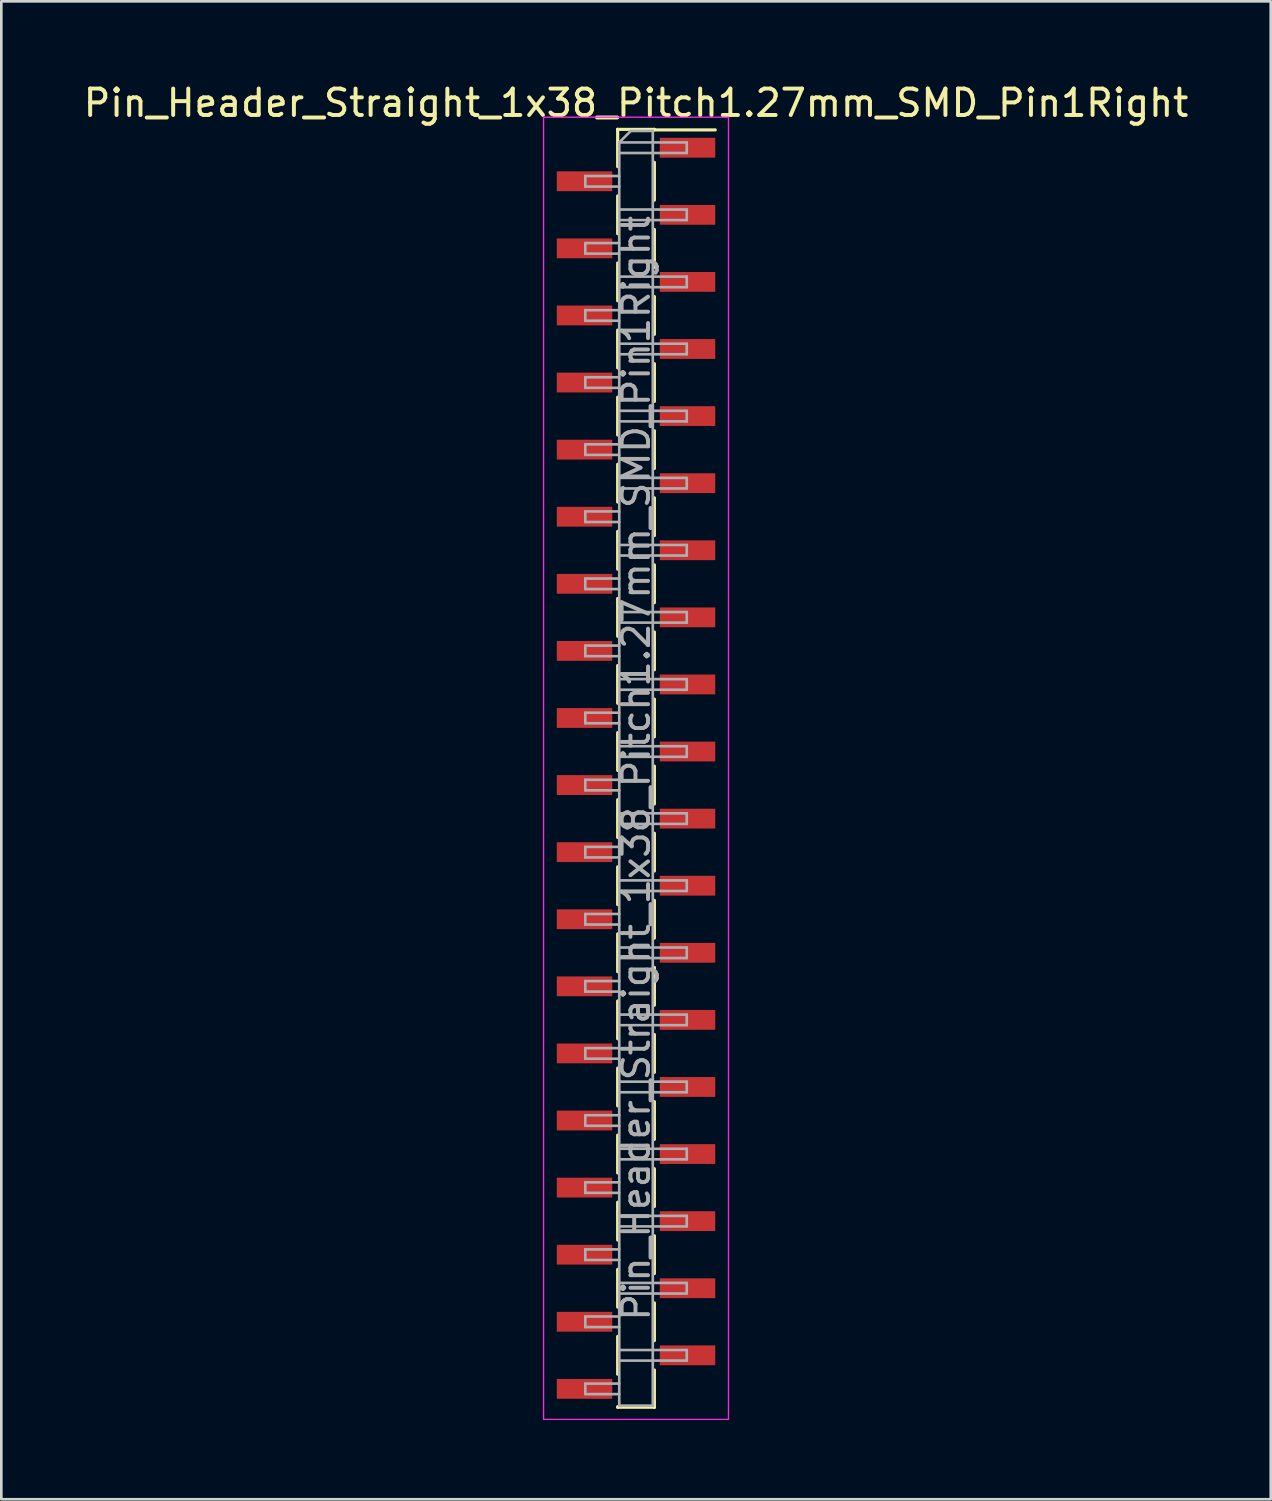
<source format=kicad_pcb>
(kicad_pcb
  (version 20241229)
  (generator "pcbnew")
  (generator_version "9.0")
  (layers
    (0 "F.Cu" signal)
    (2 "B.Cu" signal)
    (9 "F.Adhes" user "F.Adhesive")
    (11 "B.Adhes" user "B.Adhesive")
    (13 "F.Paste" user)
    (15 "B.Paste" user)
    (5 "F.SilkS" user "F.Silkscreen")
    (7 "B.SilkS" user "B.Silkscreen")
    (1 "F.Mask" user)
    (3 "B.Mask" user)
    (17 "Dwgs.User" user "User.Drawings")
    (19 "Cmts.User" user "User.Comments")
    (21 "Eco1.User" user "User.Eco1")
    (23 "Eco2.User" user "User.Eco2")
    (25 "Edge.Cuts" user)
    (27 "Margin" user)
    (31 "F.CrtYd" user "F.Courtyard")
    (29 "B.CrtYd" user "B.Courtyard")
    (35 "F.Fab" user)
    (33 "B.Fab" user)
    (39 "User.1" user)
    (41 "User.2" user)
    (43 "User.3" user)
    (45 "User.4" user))
  (footprint "Pin_Header_Straight_1x38_Pitch1.27mm_SMD_Pin1Right"
    (layer "F.Cu")
    (at 21.03 26.038)
    (property "Reference" "Pin_Header_Straight_1x38_Pitch1.27mm_SMD_Pin1Right" (at 0 -25.19 0) (layer "F.SilkS") (effects (font (size 1 1) (thickness 0.15))))
    (attr smd)
    (fp_line (start -0.695 -24.19) (end -0.695 -22.78) (stroke (width 0.12) (type solid)) (layer "F.SilkS"))
    (fp_line (start -0.695 -24.19) (end 0.695 -24.19) (stroke (width 0.12) (type solid)) (layer "F.SilkS"))
    (fp_line (start -0.695 -24.17) (end -0.695 -24.19) (stroke (width 0.12) (type solid)) (layer "F.SilkS"))
    (fp_line (start -0.695 -21.67) (end -0.695 -20.24) (stroke (width 0.12) (type solid)) (layer "F.SilkS"))
    (fp_line (start -0.695 -19.13) (end -0.695 -17.7) (stroke (width 0.12) (type solid)) (layer "F.SilkS"))
    (fp_line (start -0.695 -16.59) (end -0.695 -15.16) (stroke (width 0.12) (type solid)) (layer "F.SilkS"))
    (fp_line (start -0.695 -14.05) (end -0.695 -12.62) (stroke (width 0.12) (type solid)) (layer "F.SilkS"))
    (fp_line (start -0.695 -11.51) (end -0.695 -10.08) (stroke (width 0.12) (type solid)) (layer "F.SilkS"))
    (fp_line (start -0.695 -8.97) (end -0.695 -7.54) (stroke (width 0.12) (type solid)) (layer "F.SilkS"))
    (fp_line (start -0.695 -6.43) (end -0.695 -5) (stroke (width 0.12) (type solid)) (layer "F.SilkS"))
    (fp_line (start -0.695 -3.89) (end -0.695 -2.46) (stroke (width 0.12) (type solid)) (layer "F.SilkS"))
    (fp_line (start -0.695 -1.35) (end -0.695 0.08) (stroke (width 0.12) (type solid)) (layer "F.SilkS"))
    (fp_line (start -0.695 1.19) (end -0.695 2.62) (stroke (width 0.12) (type solid)) (layer "F.SilkS"))
    (fp_line (start -0.695 3.73) (end -0.695 5.16) (stroke (width 0.12) (type solid)) (layer "F.SilkS"))
    (fp_line (start -0.695 6.27) (end -0.695 7.7) (stroke (width 0.12) (type solid)) (layer "F.SilkS"))
    (fp_line (start -0.695 8.81) (end -0.695 10.24) (stroke (width 0.12) (type solid)) (layer "F.SilkS"))
    (fp_line (start -0.695 11.35) (end -0.695 12.78) (stroke (width 0.12) (type solid)) (layer "F.SilkS"))
    (fp_line (start -0.695 13.89) (end -0.695 15.32) (stroke (width 0.12) (type solid)) (layer "F.SilkS"))
    (fp_line (start -0.695 16.43) (end -0.695 17.86) (stroke (width 0.12) (type solid)) (layer "F.SilkS"))
    (fp_line (start -0.695 18.97) (end -0.695 20.4) (stroke (width 0.12) (type solid)) (layer "F.SilkS"))
    (fp_line (start -0.695 21.51) (end -0.695 22.94) (stroke (width 0.12) (type solid)) (layer "F.SilkS"))
    (fp_line (start -0.695 24.17) (end -0.695 24.19) (stroke (width 0.12) (type solid)) (layer "F.SilkS"))
    (fp_line (start -0.695 24.19) (end 0.695 24.19) (stroke (width 0.12) (type solid)) (layer "F.SilkS"))
    (fp_line (start 0.695 -24.19) (end 0.695 -24.17) (stroke (width 0.12) (type solid)) (layer "F.SilkS"))
    (fp_line (start 0.695 -24.17) (end 3 -24.17) (stroke (width 0.12) (type solid)) (layer "F.SilkS"))
    (fp_line (start 0.695 -22.94) (end 0.695 -21.51) (stroke (width 0.12) (type solid)) (layer "F.SilkS"))
    (fp_line (start 0.695 -20.4) (end 0.695 -18.97) (stroke (width 0.12) (type solid)) (layer "F.SilkS"))
    (fp_line (start 0.695 -17.86) (end 0.695 -16.43) (stroke (width 0.12) (type solid)) (layer "F.SilkS"))
    (fp_line (start 0.695 -15.32) (end 0.695 -13.89) (stroke (width 0.12) (type solid)) (layer "F.SilkS"))
    (fp_line (start 0.695 -12.78) (end 0.695 -11.35) (stroke (width 0.12) (type solid)) (layer "F.SilkS"))
    (fp_line (start 0.695 -10.24) (end 0.695 -8.81) (stroke (width 0.12) (type solid)) (layer "F.SilkS"))
    (fp_line (start 0.695 -7.7) (end 0.695 -6.27) (stroke (width 0.12) (type solid)) (layer "F.SilkS"))
    (fp_line (start 0.695 -5.16) (end 0.695 -3.73) (stroke (width 0.12) (type solid)) (layer "F.SilkS"))
    (fp_line (start 0.695 -2.62) (end 0.695 -1.19) (stroke (width 0.12) (type solid)) (layer "F.SilkS"))
    (fp_line (start 0.695 -0.08) (end 0.695 1.35) (stroke (width 0.12) (type solid)) (layer "F.SilkS"))
    (fp_line (start 0.695 2.46) (end 0.695 3.89) (stroke (width 0.12) (type solid)) (layer "F.SilkS"))
    (fp_line (start 0.695 5) (end 0.695 6.43) (stroke (width 0.12) (type solid)) (layer "F.SilkS"))
    (fp_line (start 0.695 7.54) (end 0.695 8.97) (stroke (width 0.12) (type solid)) (layer "F.SilkS"))
    (fp_line (start 0.695 10.08) (end 0.695 11.51) (stroke (width 0.12) (type solid)) (layer "F.SilkS"))
    (fp_line (start 0.695 12.62) (end 0.695 14.05) (stroke (width 0.12) (type solid)) (layer "F.SilkS"))
    (fp_line (start 0.695 15.16) (end 0.695 16.59) (stroke (width 0.12) (type solid)) (layer "F.SilkS"))
    (fp_line (start 0.695 17.7) (end 0.695 19.13) (stroke (width 0.12) (type solid)) (layer "F.SilkS"))
    (fp_line (start 0.695 20.24) (end 0.695 21.67) (stroke (width 0.12) (type solid)) (layer "F.SilkS"))
    (fp_line (start 0.695 22.78) (end 0.695 24.19) (stroke (width 0.12) (type solid)) (layer "F.SilkS"))
    (fp_line (start 0.695 24.19) (end 0.695 24.17) (stroke (width 0.12) (type solid)) (layer "F.SilkS"))
    (fp_line (start -3.5 -24.65) (end -3.5 24.65) (stroke (width 0.05) (type solid)) (layer "F.CrtYd"))
    (fp_line (start -3.5 24.65) (end 3.5 24.65) (stroke (width 0.05) (type solid)) (layer "F.CrtYd"))
    (fp_line (start 3.5 -24.65) (end -3.5 -24.65) (stroke (width 0.05) (type solid)) (layer "F.CrtYd"))
    (fp_line (start 3.5 24.65) (end 3.5 -24.65) (stroke (width 0.05) (type solid)) (layer "F.CrtYd"))
    (fp_line (start -1.92 -22.425) (end -1.92 -22.025) (stroke (width 0.1) (type solid)) (layer "F.Fab"))
    (fp_line (start -1.92 -22.025) (end -0.635 -22.025) (stroke (width 0.1) (type solid)) (layer "F.Fab"))
    (fp_line (start -1.92 -19.885) (end -1.92 -19.485) (stroke (width 0.1) (type solid)) (layer "F.Fab"))
    (fp_line (start -1.92 -19.485) (end -0.635 -19.485) (stroke (width 0.1) (type solid)) (layer "F.Fab"))
    (fp_line (start -1.92 -17.345) (end -1.92 -16.945) (stroke (width 0.1) (type solid)) (layer "F.Fab"))
    (fp_line (start -1.92 -16.945) (end -0.635 -16.945) (stroke (width 0.1) (type solid)) (layer "F.Fab"))
    (fp_line (start -1.92 -14.805) (end -1.92 -14.405) (stroke (width 0.1) (type solid)) (layer "F.Fab"))
    (fp_line (start -1.92 -14.405) (end -0.635 -14.405) (stroke (width 0.1) (type solid)) (layer "F.Fab"))
    (fp_line (start -1.92 -12.265) (end -1.92 -11.865) (stroke (width 0.1) (type solid)) (layer "F.Fab"))
    (fp_line (start -1.92 -11.865) (end -0.635 -11.865) (stroke (width 0.1) (type solid)) (layer "F.Fab"))
    (fp_line (start -1.92 -9.725) (end -1.92 -9.325) (stroke (width 0.1) (type solid)) (layer "F.Fab"))
    (fp_line (start -1.92 -9.325) (end -0.635 -9.325) (stroke (width 0.1) (type solid)) (layer "F.Fab"))
    (fp_line (start -1.92 -7.185) (end -1.92 -6.785) (stroke (width 0.1) (type solid)) (layer "F.Fab"))
    (fp_line (start -1.92 -6.785) (end -0.635 -6.785) (stroke (width 0.1) (type solid)) (layer "F.Fab"))
    (fp_line (start -1.92 -4.645) (end -1.92 -4.245) (stroke (width 0.1) (type solid)) (layer "F.Fab"))
    (fp_line (start -1.92 -4.245) (end -0.635 -4.245) (stroke (width 0.1) (type solid)) (layer "F.Fab"))
    (fp_line (start -1.92 -2.105) (end -1.92 -1.705) (stroke (width 0.1) (type solid)) (layer "F.Fab"))
    (fp_line (start -1.92 -1.705) (end -0.635 -1.705) (stroke (width 0.1) (type solid)) (layer "F.Fab"))
    (fp_line (start -1.92 0.435) (end -1.92 0.835) (stroke (width 0.1) (type solid)) (layer "F.Fab"))
    (fp_line (start -1.92 0.835) (end -0.635 0.835) (stroke (width 0.1) (type solid)) (layer "F.Fab"))
    (fp_line (start -1.92 2.975) (end -1.92 3.375) (stroke (width 0.1) (type solid)) (layer "F.Fab"))
    (fp_line (start -1.92 3.375) (end -0.635 3.375) (stroke (width 0.1) (type solid)) (layer "F.Fab"))
    (fp_line (start -1.92 5.515) (end -1.92 5.915) (stroke (width 0.1) (type solid)) (layer "F.Fab"))
    (fp_line (start -1.92 5.915) (end -0.635 5.915) (stroke (width 0.1) (type solid)) (layer "F.Fab"))
    (fp_line (start -1.92 8.055) (end -1.92 8.455) (stroke (width 0.1) (type solid)) (layer "F.Fab"))
    (fp_line (start -1.92 8.455) (end -0.635 8.455) (stroke (width 0.1) (type solid)) (layer "F.Fab"))
    (fp_line (start -1.92 10.595) (end -1.92 10.995) (stroke (width 0.1) (type solid)) (layer "F.Fab"))
    (fp_line (start -1.92 10.995) (end -0.635 10.995) (stroke (width 0.1) (type solid)) (layer "F.Fab"))
    (fp_line (start -1.92 13.135) (end -1.92 13.535) (stroke (width 0.1) (type solid)) (layer "F.Fab"))
    (fp_line (start -1.92 13.535) (end -0.635 13.535) (stroke (width 0.1) (type solid)) (layer "F.Fab"))
    (fp_line (start -1.92 15.675) (end -1.92 16.075) (stroke (width 0.1) (type solid)) (layer "F.Fab"))
    (fp_line (start -1.92 16.075) (end -0.635 16.075) (stroke (width 0.1) (type solid)) (layer "F.Fab"))
    (fp_line (start -1.92 18.215) (end -1.92 18.615) (stroke (width 0.1) (type solid)) (layer "F.Fab"))
    (fp_line (start -1.92 18.615) (end -0.635 18.615) (stroke (width 0.1) (type solid)) (layer "F.Fab"))
    (fp_line (start -1.92 20.755) (end -1.92 21.155) (stroke (width 0.1) (type solid)) (layer "F.Fab"))
    (fp_line (start -1.92 21.155) (end -0.635 21.155) (stroke (width 0.1) (type solid)) (layer "F.Fab"))
    (fp_line (start -1.92 23.295) (end -1.92 23.695) (stroke (width 0.1) (type solid)) (layer "F.Fab"))
    (fp_line (start -1.92 23.695) (end -0.635 23.695) (stroke (width 0.1) (type solid)) (layer "F.Fab"))
    (fp_line (start -0.635 -23.695) (end -0.2 -24.13) (stroke (width 0.1) (type solid)) (layer "F.Fab"))
    (fp_line (start -0.635 -23.695) (end 1.92 -23.695) (stroke (width 0.1) (type solid)) (layer "F.Fab"))
    (fp_line (start -0.635 -22.425) (end -1.92 -22.425) (stroke (width 0.1) (type solid)) (layer "F.Fab"))
    (fp_line (start -0.635 -21.155) (end 1.92 -21.155) (stroke (width 0.1) (type solid)) (layer "F.Fab"))
    (fp_line (start -0.635 -19.885) (end -1.92 -19.885) (stroke (width 0.1) (type solid)) (layer "F.Fab"))
    (fp_line (start -0.635 -18.615) (end 1.92 -18.615) (stroke (width 0.1) (type solid)) (layer "F.Fab"))
    (fp_line (start -0.635 -17.345) (end -1.92 -17.345) (stroke (width 0.1) (type solid)) (layer "F.Fab"))
    (fp_line (start -0.635 -16.075) (end 1.92 -16.075) (stroke (width 0.1) (type solid)) (layer "F.Fab"))
    (fp_line (start -0.635 -14.805) (end -1.92 -14.805) (stroke (width 0.1) (type solid)) (layer "F.Fab"))
    (fp_line (start -0.635 -13.535) (end 1.92 -13.535) (stroke (width 0.1) (type solid)) (layer "F.Fab"))
    (fp_line (start -0.635 -12.265) (end -1.92 -12.265) (stroke (width 0.1) (type solid)) (layer "F.Fab"))
    (fp_line (start -0.635 -10.995) (end 1.92 -10.995) (stroke (width 0.1) (type solid)) (layer "F.Fab"))
    (fp_line (start -0.635 -9.725) (end -1.92 -9.725) (stroke (width 0.1) (type solid)) (layer "F.Fab"))
    (fp_line (start -0.635 -8.455) (end 1.92 -8.455) (stroke (width 0.1) (type solid)) (layer "F.Fab"))
    (fp_line (start -0.635 -7.185) (end -1.92 -7.185) (stroke (width 0.1) (type solid)) (layer "F.Fab"))
    (fp_line (start -0.635 -5.915) (end 1.92 -5.915) (stroke (width 0.1) (type solid)) (layer "F.Fab"))
    (fp_line (start -0.635 -4.645) (end -1.92 -4.645) (stroke (width 0.1) (type solid)) (layer "F.Fab"))
    (fp_line (start -0.635 -3.375) (end 1.92 -3.375) (stroke (width 0.1) (type solid)) (layer "F.Fab"))
    (fp_line (start -0.635 -2.105) (end -1.92 -2.105) (stroke (width 0.1) (type solid)) (layer "F.Fab"))
    (fp_line (start -0.635 -0.835) (end 1.92 -0.835) (stroke (width 0.1) (type solid)) (layer "F.Fab"))
    (fp_line (start -0.635 0.435) (end -1.92 0.435) (stroke (width 0.1) (type solid)) (layer "F.Fab"))
    (fp_line (start -0.635 1.705) (end 1.92 1.705) (stroke (width 0.1) (type solid)) (layer "F.Fab"))
    (fp_line (start -0.635 2.975) (end -1.92 2.975) (stroke (width 0.1) (type solid)) (layer "F.Fab"))
    (fp_line (start -0.635 4.245) (end 1.92 4.245) (stroke (width 0.1) (type solid)) (layer "F.Fab"))
    (fp_line (start -0.635 5.515) (end -1.92 5.515) (stroke (width 0.1) (type solid)) (layer "F.Fab"))
    (fp_line (start -0.635 6.785) (end 1.92 6.785) (stroke (width 0.1) (type solid)) (layer "F.Fab"))
    (fp_line (start -0.635 8.055) (end -1.92 8.055) (stroke (width 0.1) (type solid)) (layer "F.Fab"))
    (fp_line (start -0.635 9.325) (end 1.92 9.325) (stroke (width 0.1) (type solid)) (layer "F.Fab"))
    (fp_line (start -0.635 10.595) (end -1.92 10.595) (stroke (width 0.1) (type solid)) (layer "F.Fab"))
    (fp_line (start -0.635 11.865) (end 1.92 11.865) (stroke (width 0.1) (type solid)) (layer "F.Fab"))
    (fp_line (start -0.635 13.135) (end -1.92 13.135) (stroke (width 0.1) (type solid)) (layer "F.Fab"))
    (fp_line (start -0.635 14.405) (end 1.92 14.405) (stroke (width 0.1) (type solid)) (layer "F.Fab"))
    (fp_line (start -0.635 15.675) (end -1.92 15.675) (stroke (width 0.1) (type solid)) (layer "F.Fab"))
    (fp_line (start -0.635 16.945) (end 1.92 16.945) (stroke (width 0.1) (type solid)) (layer "F.Fab"))
    (fp_line (start -0.635 18.215) (end -1.92 18.215) (stroke (width 0.1) (type solid)) (layer "F.Fab"))
    (fp_line (start -0.635 19.485) (end 1.92 19.485) (stroke (width 0.1) (type solid)) (layer "F.Fab"))
    (fp_line (start -0.635 20.755) (end -1.92 20.755) (stroke (width 0.1) (type solid)) (layer "F.Fab"))
    (fp_line (start -0.635 22.025) (end 1.92 22.025) (stroke (width 0.1) (type solid)) (layer "F.Fab"))
    (fp_line (start -0.635 23.295) (end -1.92 23.295) (stroke (width 0.1) (type solid)) (layer "F.Fab"))
    (fp_line (start -0.635 24.13) (end -0.635 -23.695) (stroke (width 0.1) (type solid)) (layer "F.Fab"))
    (fp_line (start -0.2 -24.13) (end 0.635 -24.13) (stroke (width 0.1) (type solid)) (layer "F.Fab"))
    (fp_line (start 0.635 -24.13) (end 0.635 24.13) (stroke (width 0.1) (type solid)) (layer "F.Fab"))
    (fp_line (start 0.635 24.13) (end -0.635 24.13) (stroke (width 0.1) (type solid)) (layer "F.Fab"))
    (fp_line (start 1.92 -23.695) (end 1.92 -23.295) (stroke (width 0.1) (type solid)) (layer "F.Fab"))
    (fp_line (start 1.92 -23.295) (end -0.635 -23.295) (stroke (width 0.1) (type solid)) (layer "F.Fab"))
    (fp_line (start 1.92 -21.155) (end 1.92 -20.755) (stroke (width 0.1) (type solid)) (layer "F.Fab"))
    (fp_line (start 1.92 -20.755) (end -0.635 -20.755) (stroke (width 0.1) (type solid)) (layer "F.Fab"))
    (fp_line (start 1.92 -18.615) (end 1.92 -18.215) (stroke (width 0.1) (type solid)) (layer "F.Fab"))
    (fp_line (start 1.92 -18.215) (end -0.635 -18.215) (stroke (width 0.1) (type solid)) (layer "F.Fab"))
    (fp_line (start 1.92 -16.075) (end 1.92 -15.675) (stroke (width 0.1) (type solid)) (layer "F.Fab"))
    (fp_line (start 1.92 -15.675) (end -0.635 -15.675) (stroke (width 0.1) (type solid)) (layer "F.Fab"))
    (fp_line (start 1.92 -13.535) (end 1.92 -13.135) (stroke (width 0.1) (type solid)) (layer "F.Fab"))
    (fp_line (start 1.92 -13.135) (end -0.635 -13.135) (stroke (width 0.1) (type solid)) (layer "F.Fab"))
    (fp_line (start 1.92 -10.995) (end 1.92 -10.595) (stroke (width 0.1) (type solid)) (layer "F.Fab"))
    (fp_line (start 1.92 -10.595) (end -0.635 -10.595) (stroke (width 0.1) (type solid)) (layer "F.Fab"))
    (fp_line (start 1.92 -8.455) (end 1.92 -8.055) (stroke (width 0.1) (type solid)) (layer "F.Fab"))
    (fp_line (start 1.92 -8.055) (end -0.635 -8.055) (stroke (width 0.1) (type solid)) (layer "F.Fab"))
    (fp_line (start 1.92 -5.915) (end 1.92 -5.515) (stroke (width 0.1) (type solid)) (layer "F.Fab"))
    (fp_line (start 1.92 -5.515) (end -0.635 -5.515) (stroke (width 0.1) (type solid)) (layer "F.Fab"))
    (fp_line (start 1.92 -3.375) (end 1.92 -2.975) (stroke (width 0.1) (type solid)) (layer "F.Fab"))
    (fp_line (start 1.92 -2.975) (end -0.635 -2.975) (stroke (width 0.1) (type solid)) (layer "F.Fab"))
    (fp_line (start 1.92 -0.835) (end 1.92 -0.435) (stroke (width 0.1) (type solid)) (layer "F.Fab"))
    (fp_line (start 1.92 -0.435) (end -0.635 -0.435) (stroke (width 0.1) (type solid)) (layer "F.Fab"))
    (fp_line (start 1.92 1.705) (end 1.92 2.105) (stroke (width 0.1) (type solid)) (layer "F.Fab"))
    (fp_line (start 1.92 2.105) (end -0.635 2.105) (stroke (width 0.1) (type solid)) (layer "F.Fab"))
    (fp_line (start 1.92 4.245) (end 1.92 4.645) (stroke (width 0.1) (type solid)) (layer "F.Fab"))
    (fp_line (start 1.92 4.645) (end -0.635 4.645) (stroke (width 0.1) (type solid)) (layer "F.Fab"))
    (fp_line (start 1.92 6.785) (end 1.92 7.185) (stroke (width 0.1) (type solid)) (layer "F.Fab"))
    (fp_line (start 1.92 7.185) (end -0.635 7.185) (stroke (width 0.1) (type solid)) (layer "F.Fab"))
    (fp_line (start 1.92 9.325) (end 1.92 9.725) (stroke (width 0.1) (type solid)) (layer "F.Fab"))
    (fp_line (start 1.92 9.725) (end -0.635 9.725) (stroke (width 0.1) (type solid)) (layer "F.Fab"))
    (fp_line (start 1.92 11.865) (end 1.92 12.265) (stroke (width 0.1) (type solid)) (layer "F.Fab"))
    (fp_line (start 1.92 12.265) (end -0.635 12.265) (stroke (width 0.1) (type solid)) (layer "F.Fab"))
    (fp_line (start 1.92 14.405) (end 1.92 14.805) (stroke (width 0.1) (type solid)) (layer "F.Fab"))
    (fp_line (start 1.92 14.805) (end -0.635 14.805) (stroke (width 0.1) (type solid)) (layer "F.Fab"))
    (fp_line (start 1.92 16.945) (end 1.92 17.345) (stroke (width 0.1) (type solid)) (layer "F.Fab"))
    (fp_line (start 1.92 17.345) (end -0.635 17.345) (stroke (width 0.1) (type solid)) (layer "F.Fab"))
    (fp_line (start 1.92 19.485) (end 1.92 19.885) (stroke (width 0.1) (type solid)) (layer "F.Fab"))
    (fp_line (start 1.92 19.885) (end -0.635 19.885) (stroke (width 0.1) (type solid)) (layer "F.Fab"))
    (fp_line (start 1.92 22.025) (end 1.92 22.425) (stroke (width 0.1) (type solid)) (layer "F.Fab"))
    (fp_line (start 1.92 22.425) (end -0.635 22.425) (stroke (width 0.1) (type solid)) (layer "F.Fab"))
    (fp_text user "${REFERENCE}" (at 0 0 90) (layer "F.Fab") (effects (font (size 1 1) (thickness 0.15))))
    (pad "1" smd rect (at 1.95 -23.495) (size 2.1 0.75) (layers "F.Cu" "F.Mask"))
    (pad "2" smd rect (at -1.95 -22.225) (size 2.1 0.75) (layers "F.Cu" "F.Mask"))
    (pad "3" smd rect (at 1.95 -20.955) (size 2.1 0.75) (layers "F.Cu" "F.Mask"))
    (pad "4" smd rect (at -1.95 -19.685) (size 2.1 0.75) (layers "F.Cu" "F.Mask"))
    (pad "5" smd rect (at 1.95 -18.415) (size 2.1 0.75) (layers "F.Cu" "F.Mask"))
    (pad "6" smd rect (at -1.95 -17.145) (size 2.1 0.75) (layers "F.Cu" "F.Mask"))
    (pad "7" smd rect (at 1.95 -15.875) (size 2.1 0.75) (layers "F.Cu" "F.Mask"))
    (pad "8" smd rect (at -1.95 -14.605) (size 2.1 0.75) (layers "F.Cu" "F.Mask"))
    (pad "9" smd rect (at 1.95 -13.335) (size 2.1 0.75) (layers "F.Cu" "F.Mask"))
    (pad "10" smd rect (at -1.95 -12.065) (size 2.1 0.75) (layers "F.Cu" "F.Mask"))
    (pad "11" smd rect (at 1.95 -10.795) (size 2.1 0.75) (layers "F.Cu" "F.Mask"))
    (pad "12" smd rect (at -1.95 -9.525) (size 2.1 0.75) (layers "F.Cu" "F.Mask"))
    (pad "13" smd rect (at 1.95 -8.255) (size 2.1 0.75) (layers "F.Cu" "F.Mask"))
    (pad "14" smd rect (at -1.95 -6.985) (size 2.1 0.75) (layers "F.Cu" "F.Mask"))
    (pad "15" smd rect (at 1.95 -5.715) (size 2.1 0.75) (layers "F.Cu" "F.Mask"))
    (pad "16" smd rect (at -1.95 -4.445) (size 2.1 0.75) (layers "F.Cu" "F.Mask"))
    (pad "17" smd rect (at 1.95 -3.175) (size 2.1 0.75) (layers "F.Cu" "F.Mask"))
    (pad "18" smd rect (at -1.95 -1.905) (size 2.1 0.75) (layers "F.Cu" "F.Mask"))
    (pad "19" smd rect (at 1.95 -0.635) (size 2.1 0.75) (layers "F.Cu" "F.Mask"))
    (pad "20" smd rect (at -1.95 0.635) (size 2.1 0.75) (layers "F.Cu" "F.Mask"))
    (pad "21" smd rect (at 1.95 1.905) (size 2.1 0.75) (layers "F.Cu" "F.Mask"))
    (pad "22" smd rect (at -1.95 3.175) (size 2.1 0.75) (layers "F.Cu" "F.Mask"))
    (pad "23" smd rect (at 1.95 4.445) (size 2.1 0.75) (layers "F.Cu" "F.Mask"))
    (pad "24" smd rect (at -1.95 5.715) (size 2.1 0.75) (layers "F.Cu" "F.Mask"))
    (pad "25" smd rect (at 1.95 6.985) (size 2.1 0.75) (layers "F.Cu" "F.Mask"))
    (pad "26" smd rect (at -1.95 8.255) (size 2.1 0.75) (layers "F.Cu" "F.Mask"))
    (pad "27" smd rect (at 1.95 9.525) (size 2.1 0.75) (layers "F.Cu" "F.Mask"))
    (pad "28" smd rect (at -1.95 10.795) (size 2.1 0.75) (layers "F.Cu" "F.Mask"))
    (pad "29" smd rect (at 1.95 12.065) (size 2.1 0.75) (layers "F.Cu" "F.Mask"))
    (pad "30" smd rect (at -1.95 13.335) (size 2.1 0.75) (layers "F.Cu" "F.Mask"))
    (pad "31" smd rect (at 1.95 14.605) (size 2.1 0.75) (layers "F.Cu" "F.Mask"))
    (pad "32" smd rect (at -1.95 15.875) (size 2.1 0.75) (layers "F.Cu" "F.Mask"))
    (pad "33" smd rect (at 1.95 17.145) (size 2.1 0.75) (layers "F.Cu" "F.Mask"))
    (pad "34" smd rect (at -1.95 18.415) (size 2.1 0.75) (layers "F.Cu" "F.Mask"))
    (pad "35" smd rect (at 1.95 19.685) (size 2.1 0.75) (layers "F.Cu" "F.Mask"))
    (pad "36" smd rect (at -1.95 20.955) (size 2.1 0.75) (layers "F.Cu" "F.Mask"))
    (pad "37" smd rect (at 1.95 22.225) (size 2.1 0.75) (layers "F.Cu" "F.Mask"))
    (pad "38" smd rect (at -1.95 23.495) (size 2.1 0.75) (layers "F.Cu" "F.Mask")))
  (gr_rect
    (start -3 -3)
    (end 45.06 53.713)
    (stroke (width 0.1) (type default))
    (fill no)
    (layer "Edge.Cuts")))
</source>
